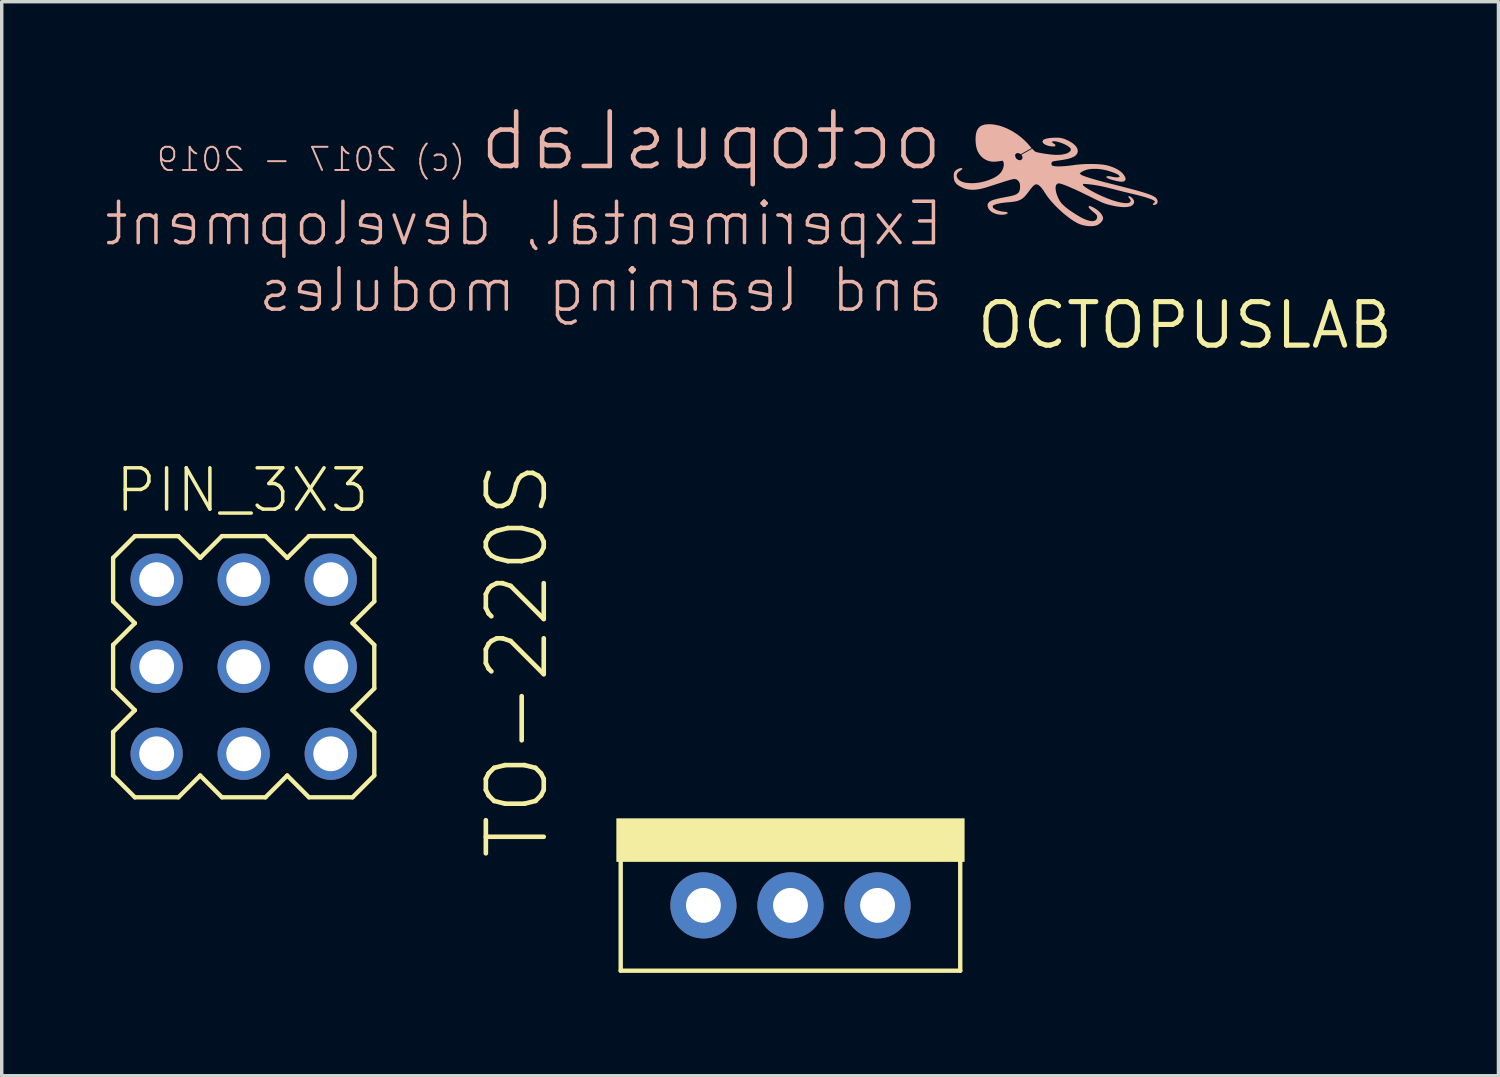
<source format=kicad_pcb>
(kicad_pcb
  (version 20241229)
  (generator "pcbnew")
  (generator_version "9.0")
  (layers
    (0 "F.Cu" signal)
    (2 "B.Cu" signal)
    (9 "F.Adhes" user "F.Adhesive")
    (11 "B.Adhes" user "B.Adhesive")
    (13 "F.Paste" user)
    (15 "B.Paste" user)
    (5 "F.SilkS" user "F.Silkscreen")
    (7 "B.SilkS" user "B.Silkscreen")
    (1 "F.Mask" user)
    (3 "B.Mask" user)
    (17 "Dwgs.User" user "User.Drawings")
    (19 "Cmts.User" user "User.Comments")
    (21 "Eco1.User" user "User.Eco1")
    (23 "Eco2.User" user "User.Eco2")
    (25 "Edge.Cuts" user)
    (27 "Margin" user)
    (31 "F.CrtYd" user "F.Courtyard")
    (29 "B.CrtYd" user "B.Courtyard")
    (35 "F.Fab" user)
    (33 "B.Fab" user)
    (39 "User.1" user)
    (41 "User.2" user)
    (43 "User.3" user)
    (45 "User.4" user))
  (footprint "PIN_3X3"
    (layer "F.Cu")
    (at 0.25 12.592)
    (property "Reference" "PIN_3X3" (at 0 -0.635 0) (layer "F.SilkS") (effects (font (size 1.206 1.206) (thickness 0.102)) (justify left bottom)))
    (attr through_hole)
    (fp_line (start 0 0.635) (end 0.635 0) (stroke (width 0.127) (type solid)) (layer "F.SilkS"))
    (fp_line (start 0 1.905) (end 0 0.635) (stroke (width 0.127) (type solid)) (layer "F.SilkS"))
    (fp_line (start 0 3.175) (end 0.635 2.54) (stroke (width 0.127) (type solid)) (layer "F.SilkS"))
    (fp_line (start 0 4.445) (end 0 3.175) (stroke (width 0.127) (type solid)) (layer "F.SilkS"))
    (fp_line (start 0 5.715) (end 0.635 5.08) (stroke (width 0.127) (type solid)) (layer "F.SilkS"))
    (fp_line (start 0 6.985) (end 0 5.715) (stroke (width 0.127) (type solid)) (layer "F.SilkS"))
    (fp_line (start 0.635 0) (end 1.905 0) (stroke (width 0.127) (type solid)) (layer "F.SilkS"))
    (fp_line (start 0.635 2.54) (end 0 1.905) (stroke (width 0.127) (type solid)) (layer "F.SilkS"))
    (fp_line (start 0.635 5.08) (end 0 4.445) (stroke (width 0.127) (type solid)) (layer "F.SilkS"))
    (fp_line (start 0.635 7.62) (end 0 6.985) (stroke (width 0.127) (type solid)) (layer "F.SilkS"))
    (fp_line (start 1.905 0) (end 2.54 0.635) (stroke (width 0.127) (type solid)) (layer "F.SilkS"))
    (fp_line (start 1.905 7.62) (end 0.635 7.62) (stroke (width 0.127) (type solid)) (layer "F.SilkS"))
    (fp_line (start 2.54 0.635) (end 3.175 0) (stroke (width 0.127) (type solid)) (layer "F.SilkS"))
    (fp_line (start 2.54 6.985) (end 1.905 7.62) (stroke (width 0.127) (type solid)) (layer "F.SilkS"))
    (fp_line (start 3.175 0) (end 4.445 0) (stroke (width 0.127) (type solid)) (layer "F.SilkS"))
    (fp_line (start 3.175 7.62) (end 2.54 6.985) (stroke (width 0.127) (type solid)) (layer "F.SilkS"))
    (fp_line (start 4.445 0) (end 5.08 0.635) (stroke (width 0.127) (type solid)) (layer "F.SilkS"))
    (fp_line (start 4.445 7.62) (end 3.175 7.62) (stroke (width 0.127) (type solid)) (layer "F.SilkS"))
    (fp_line (start 5.08 0.635) (end 5.715 0) (stroke (width 0.127) (type solid)) (layer "F.SilkS"))
    (fp_line (start 5.08 6.985) (end 4.445 7.62) (stroke (width 0.127) (type solid)) (layer "F.SilkS"))
    (fp_line (start 5.715 0) (end 6.985 0) (stroke (width 0.127) (type solid)) (layer "F.SilkS"))
    (fp_line (start 5.715 7.62) (end 5.08 6.985) (stroke (width 0.127) (type solid)) (layer "F.SilkS"))
    (fp_line (start 6.985 0) (end 7.62 0.635) (stroke (width 0.127) (type solid)) (layer "F.SilkS"))
    (fp_line (start 6.985 2.54) (end 7.62 3.175) (stroke (width 0.127) (type solid)) (layer "F.SilkS"))
    (fp_line (start 6.985 5.08) (end 7.62 5.715) (stroke (width 0.127) (type solid)) (layer "F.SilkS"))
    (fp_line (start 6.985 7.62) (end 5.715 7.62) (stroke (width 0.127) (type solid)) (layer "F.SilkS"))
    (fp_line (start 7.62 0.635) (end 7.62 1.905) (stroke (width 0.127) (type solid)) (layer "F.SilkS"))
    (fp_line (start 7.62 1.905) (end 6.985 2.54) (stroke (width 0.127) (type solid)) (layer "F.SilkS"))
    (fp_line (start 7.62 3.175) (end 7.62 4.445) (stroke (width 0.127) (type solid)) (layer "F.SilkS"))
    (fp_line (start 7.62 4.445) (end 6.985 5.08) (stroke (width 0.127) (type solid)) (layer "F.SilkS"))
    (fp_line (start 7.62 5.715) (end 7.62 6.985) (stroke (width 0.127) (type solid)) (layer "F.SilkS"))
    (fp_line (start 7.62 6.985) (end 6.985 7.62) (stroke (width 0.127) (type solid)) (layer "F.SilkS"))
    (fp_poly (pts (xy 1.016 1.524) (xy 1.524 1.524) (xy 1.524 1.016) (xy 1.016 1.016)) (stroke (width 0.1) (type solid)) (fill no) (layer "F.Fab"))
    (fp_poly (pts (xy 1.016 4.064) (xy 1.524 4.064) (xy 1.524 3.556) (xy 1.016 3.556)) (stroke (width 0.1) (type solid)) (fill no) (layer "F.Fab"))
    (fp_poly (pts (xy 1.016 6.604) (xy 1.524 6.604) (xy 1.524 6.096) (xy 1.016 6.096)) (stroke (width 0.1) (type solid)) (fill no) (layer "F.Fab"))
    (fp_poly (pts (xy 3.556 1.524) (xy 4.064 1.524) (xy 4.064 1.016) (xy 3.556 1.016)) (stroke (width 0.1) (type solid)) (fill no) (layer "F.Fab"))
    (fp_poly (pts (xy 3.556 4.064) (xy 4.064 4.064) (xy 4.064 3.556) (xy 3.556 3.556)) (stroke (width 0.1) (type solid)) (fill no) (layer "F.Fab"))
    (fp_poly (pts (xy 3.556 6.604) (xy 4.064 6.604) (xy 4.064 6.096) (xy 3.556 6.096)) (stroke (width 0.1) (type solid)) (fill no) (layer "F.Fab"))
    (fp_poly (pts (xy 6.096 1.524) (xy 6.604 1.524) (xy 6.604 1.016) (xy 6.096 1.016)) (stroke (width 0.1) (type solid)) (fill no) (layer "F.Fab"))
    (fp_poly (pts (xy 6.096 4.064) (xy 6.604 4.064) (xy 6.604 3.556) (xy 6.096 3.556)) (stroke (width 0.1) (type solid)) (fill no) (layer "F.Fab"))
    (fp_poly (pts (xy 6.096 6.604) (xy 6.604 6.604) (xy 6.604 6.096) (xy 6.096 6.096)) (stroke (width 0.1) (type solid)) (fill no) (layer "F.Fab"))
    (pad "1" thru_hole circle (at 1.27 1.27) (size 1.524 1.524) (drill 1.016) (layers "*.Cu" "*.Mask"))
    (pad "2" thru_hole circle (at 3.81 1.27) (size 1.524 1.524) (drill 1.016) (layers "*.Cu" "*.Mask"))
    (pad "3" thru_hole circle (at 6.35 1.27) (size 1.524 1.524) (drill 1.016) (layers "*.Cu" "*.Mask"))
    (pad "4" thru_hole circle (at 1.27 3.81) (size 1.524 1.524) (drill 1.016) (layers "*.Cu" "*.Mask"))
    (pad "5" thru_hole circle (at 3.81 3.81) (size 1.524 1.524) (drill 1.016) (layers "*.Cu" "*.Mask"))
    (pad "6" thru_hole circle (at 6.35 3.81) (size 1.524 1.524) (drill 1.016) (layers "*.Cu" "*.Mask"))
    (pad "7" thru_hole circle (at 1.27 6.35) (size 1.524 1.524) (drill 1.016) (layers "*.Cu" "*.Mask"))
    (pad "8" thru_hole circle (at 3.81 6.35) (size 1.524 1.524) (drill 1.016) (layers "*.Cu" "*.Mask"))
    (pad "9" thru_hole circle (at 6.35 6.35) (size 1.524 1.524) (drill 1.016) (layers "*.Cu" "*.Mask")))
  (footprint "OCTOPUSLAB"
    (layer "F.Cu")
    (at 31.523 6.44)
    (property "Reference" "OCTOPUSLAB" (at 0 0 0) (layer "F.SilkS") (effects (font (size 1.27 1.27) (thickness 0.15))))
    (attr through_hole)
    (fp_poly (pts (xy -2.586 -2.912) (xy -2.655 -2.897) (xy -2.725 -2.891) (xy -2.796 -2.892) (xy -2.866 -2.899) (xy -2.935 -2.91) (xy -3.004 -2.927) (xy -3.071 -2.949) (xy -3.135 -2.978) (xy -3.197 -3.012) (xy -3.257 -3.048) (xy -3.316 -3.087) (xy -3.429 -3.171) (xy -3.539 -3.26) (xy -3.592 -3.306) (xy -3.696 -3.402) (xy -3.796 -3.501) (xy -3.891 -3.605) (xy -3.981 -3.714) (xy -4.023 -3.77) (xy -4.063 -3.829) (xy -4.139 -3.947) (xy -4.182 -4.003) (xy -4.229 -4.056) (xy -4.285 -4.099) (xy -4.352 -4.115) (xy -4.412 -4.079) (xy -4.46 -4.028) (xy -4.505 -3.974) (xy -4.589 -3.861) (xy -4.633 -3.806) (xy -4.68 -3.753) (xy -4.732 -3.706) (xy -4.791 -3.667) (xy -4.855 -3.638) (xy -4.923 -3.618) (xy -4.992 -3.606) (xy -5.062 -3.597) (xy -5.273 -3.577) (xy -5.343 -3.568) (xy -5.412 -3.556) (xy -5.481 -3.541) (xy -5.548 -3.52) (xy -5.61 -3.487) (xy -5.6 -3.425) (xy -5.543 -3.384) (xy -5.479 -3.355) (xy -5.411 -3.335) (xy -5.342 -3.32) (xy -5.202 -3.305) (xy -5.163 -3.271) (xy -5.225 -3.239) (xy -5.294 -3.226) (xy -5.365 -3.225) (xy -5.435 -3.232) (xy -5.504 -3.247) (xy -5.57 -3.27) (xy -5.633 -3.302) (xy -5.688 -3.345) (xy -5.732 -3.4) (xy -5.758 -3.466) (xy -5.758 -3.535) (xy -5.72 -3.593) (xy -5.66 -3.631) (xy -5.595 -3.657) (xy -5.527 -3.677) (xy -5.39 -3.71) (xy -5.113 -3.763) (xy -5.044 -3.778) (xy -4.976 -3.798) (xy -4.912 -3.826) (xy -4.857 -3.87) (xy -4.824 -3.932) (xy -4.813 -4.001) (xy -4.812 -4.072) (xy -4.82 -4.142) (xy -4.854 -4.203) (xy -4.905 -4.251) (xy -4.971 -4.269) (xy -5.041 -4.258) (xy -5.109 -4.24) (xy -5.244 -4.2) (xy -5.781 -4.027) (xy -5.849 -4.007) (xy -5.917 -3.99) (xy -5.986 -3.975) (xy -6.056 -3.963) (xy -6.126 -3.955) (xy -6.196 -3.952) (xy -6.267 -3.955) (xy -6.337 -3.964) (xy -6.405 -3.981) (xy -6.471 -4.004) (xy -6.535 -4.035) (xy -6.596 -4.07) (xy -6.653 -4.111) (xy -6.7 -4.164) (xy -6.731 -4.227) (xy -6.745 -4.296) (xy -6.747 -4.366) (xy -6.742 -4.437) (xy -6.711 -4.498) (xy -6.656 -4.543) (xy -6.593 -4.574) (xy -6.525 -4.591) (xy -6.487 -4.561) (xy -6.543 -4.519) (xy -6.602 -4.48) (xy -6.647 -4.426) (xy -6.663 -4.358) (xy -6.641 -4.292) (xy -6.594 -4.24) (xy -6.535 -4.201) (xy -6.47 -4.175) (xy -6.401 -4.159) (xy -6.331 -4.151) (xy -6.261 -4.146) (xy -6.19 -4.145) (xy -6.12 -4.149) (xy -6.05 -4.157) (xy -5.98 -4.168) (xy -5.911 -4.182) (xy -5.843 -4.199) (xy -5.775 -4.22) (xy -5.709 -4.243) (xy -5.643 -4.269) (xy -5.579 -4.299) (xy -5.518 -4.333) (xy -5.459 -4.373) (xy -5.406 -4.419) (xy -5.361 -4.473) (xy -5.326 -4.534) (xy -5.3 -4.6) (xy -5.286 -4.669) (xy -5.288 -4.739) (xy -5.316 -4.802) (xy -5.453 -4.781) (xy -5.524 -4.774) (xy -5.594 -4.772) (xy -5.664 -4.779) (xy -5.733 -4.795) (xy -5.799 -4.82) (xy -5.86 -4.855) (xy -5.916 -4.898) (xy -5.965 -4.948) (xy -6.008 -5.004) (xy -6.043 -5.065) (xy -6.069 -5.13) (xy -6.088 -5.198) (xy -6.1 -5.268) (xy -6.107 -5.338) (xy -6.11 -5.408) (xy -6.109 -5.479) (xy -6.103 -5.549) (xy -6.09 -5.618) (xy -6.068 -5.685) (xy -6.033 -5.746) (xy -5.984 -5.796) (xy -5.923 -5.831) (xy -5.856 -5.853) (xy -5.786 -5.863) (xy -5.716 -5.866) (xy -5.645 -5.864) (xy -5.575 -5.856) (xy -5.505 -5.844) (xy -5.437 -5.829) (xy -5.369 -5.809) (xy -5.302 -5.786) (xy -5.237 -5.76) (xy -5.172 -5.732) (xy -5.109 -5.7) (xy -5.047 -5.667) (xy -4.987 -5.63) (xy -4.927 -5.592) (xy -4.87 -5.552) (xy -4.814 -5.509) (xy -4.759 -5.464) (xy -4.706 -5.418) (xy -4.655 -5.369) (xy -4.605 -5.319) (xy -4.474 -5.169) (xy -4.791 -4.992) (xy -4.841 -5.019) (xy -4.911 -5.023) (xy -4.958 -4.975) (xy -4.947 -4.907) (xy -4.921 -4.863) (xy -4.864 -4.823) (xy -4.794 -4.815) (xy -4.744 -4.857) (xy -4.743 -4.927) (xy -4.773 -4.975) (xy -4.457 -5.151) (xy -4.418 -5.109) (xy -4.364 -5.063) (xy -4.296 -5.043) (xy -4.227 -5.029) (xy -4.088 -5.005) (xy -3.949 -4.986) (xy -3.808 -4.973) (xy -3.738 -4.971) (xy -3.667 -4.973) (xy -3.597 -4.979) (xy -3.528 -4.991) (xy -3.46 -5.01) (xy -3.396 -5.039) (xy -3.342 -5.084) (xy -3.327 -5.147) (xy -3.376 -5.198) (xy -3.433 -5.239) (xy -3.495 -5.272) (xy -3.56 -5.301) (xy -3.626 -5.326) (xy -3.693 -5.347) (xy -3.762 -5.363) (xy -3.832 -5.37) (xy -3.894 -5.348) (xy -3.838 -5.306) (xy -3.779 -5.267) (xy -3.791 -5.221) (xy -3.861 -5.217) (xy -3.931 -5.224) (xy -4 -5.239) (xy -4.066 -5.264) (xy -4.126 -5.301) (xy -4.163 -5.359) (xy -4.128 -5.415) (xy -4.063 -5.441) (xy -3.994 -5.456) (xy -3.924 -5.465) (xy -3.854 -5.471) (xy -3.783 -5.473) (xy -3.713 -5.473) (xy -3.643 -5.468) (xy -3.573 -5.454) (xy -3.507 -5.432) (xy -3.442 -5.404) (xy -3.378 -5.373) (xy -3.317 -5.338) (xy -3.26 -5.297) (xy -3.208 -5.25) (xy -3.163 -5.195) (xy -3.133 -5.132) (xy -3.126 -5.063) (xy -3.15 -4.997) (xy -3.199 -4.946) (xy -3.259 -4.909) (xy -3.324 -4.882) (xy -3.391 -4.861) (xy -3.46 -4.845) (xy -3.598 -4.82) (xy -3.808 -4.79) (xy -3.876 -4.771) (xy -3.902 -4.709) (xy -3.869 -4.654) (xy -3.8 -4.64) (xy -3.73 -4.636) (xy -3.659 -4.636) (xy -3.589 -4.638) (xy -3.448 -4.649) (xy -3.378 -4.656) (xy -3.168 -4.684) (xy -3.098 -4.691) (xy -2.957 -4.701) (xy -2.887 -4.704) (xy -2.746 -4.706) (xy -2.605 -4.703) (xy -2.534 -4.7) (xy -2.464 -4.694) (xy -2.394 -4.687) (xy -2.324 -4.676) (xy -2.255 -4.661) (xy -2.188 -4.641) (xy -2.121 -4.618) (xy -2.056 -4.591) (xy -1.992 -4.56) (xy -1.932 -4.524) (xy -1.875 -4.483) (xy -1.823 -4.435) (xy -1.779 -4.38) (xy -1.743 -4.319) (xy -1.73 -4.251) (xy -1.773 -4.199) (xy -1.842 -4.187) (xy -1.912 -4.193) (xy -1.981 -4.206) (xy -2.05 -4.222) (xy -2.118 -4.24) (xy -2.185 -4.26) (xy -2.251 -4.286) (xy -2.305 -4.33) (xy -2.248 -4.353) (xy -2.178 -4.345) (xy -2.109 -4.33) (xy -2.04 -4.318) (xy -1.969 -4.314) (xy -1.903 -4.331) (xy -1.934 -4.383) (xy -1.996 -4.417) (xy -2.061 -4.445) (xy -2.127 -4.47) (xy -2.194 -4.492) (xy -2.261 -4.512) (xy -2.33 -4.529) (xy -2.399 -4.543) (xy -2.469 -4.553) (xy -2.539 -4.561) (xy -2.609 -4.564) (xy -2.68 -4.564) (xy -2.75 -4.559) (xy -2.82 -4.549) (xy -2.888 -4.532) (xy -2.954 -4.507) (xy -3.016 -4.474) (xy -3.072 -4.431) (xy -3.023 -4.386) (xy -2.958 -4.358) (xy -2.892 -4.334) (xy -2.758 -4.29) (xy -2.554 -4.231) (xy -2.35 -4.176) (xy -1.735 -4.02) (xy -1.462 -3.948) (xy -1.259 -3.89) (xy -1.124 -3.848) (xy -1.058 -3.825) (xy -0.992 -3.8) (xy -0.928 -3.77) (xy -0.867 -3.734) (xy -0.819 -3.683) (xy -0.796 -3.617) (xy -0.813 -3.55) (xy -0.872 -3.513) (xy -0.941 -3.51) (xy -0.922 -3.557) (xy -0.869 -3.601) (xy -0.916 -3.647) (xy -0.981 -3.676) (xy -1.047 -3.7) (xy -1.181 -3.743) (xy -1.386 -3.798) (xy -1.797 -3.897) (xy -2.275 -4.019) (xy -2.413 -4.051) (xy -2.551 -4.078) (xy -2.69 -4.1) (xy -2.83 -4.116) (xy -2.971 -4.126) (xy -2.979 -4.089) (xy -2.925 -4.043) (xy -2.868 -4.003) (xy -2.808 -3.966) (xy -2.747 -3.93) (xy -2.623 -3.864) (xy -2.56 -3.832) (xy -2.432 -3.772) (xy -2.302 -3.717) (xy -2.237 -3.691) (xy -2.104 -3.643) (xy -1.969 -3.603) (xy -1.9 -3.587) (xy -1.831 -3.574) (xy -1.761 -3.565) (xy -1.69 -3.563) (xy -1.621 -3.575) (xy -1.578 -3.625) (xy -1.607 -3.686) (xy -1.652 -3.739) (xy -1.637 -3.777) (xy -1.576 -3.741) (xy -1.523 -3.696) (xy -1.486 -3.636) (xy -1.486 -3.567) (xy -1.525 -3.51) (xy -1.585 -3.473) (xy -1.653 -3.455) (xy -1.723 -3.448) (xy -1.794 -3.447) (xy -1.864 -3.451) (xy -1.934 -3.459) (xy -2.004 -3.469) (xy -2.073 -3.482) (xy -2.211 -3.514) (xy -2.279 -3.532) (xy -2.346 -3.554) (xy -2.412 -3.58) (xy -2.54 -3.639) (xy -2.983 -3.857) (xy -3.174 -3.947) (xy -3.367 -4.033) (xy -3.498 -4.086) (xy -3.564 -4.11) (xy -3.631 -4.132) (xy -3.701 -4.141) (xy -3.756 -4.101) (xy -3.775 -4.034) (xy -3.774 -3.963) (xy -3.762 -3.894) (xy -3.743 -3.826) (xy -3.718 -3.76) (xy -3.689 -3.695) (xy -3.656 -3.633) (xy -3.615 -3.576) (xy -3.568 -3.523) (xy -3.517 -3.475) (xy -3.463 -3.429) (xy -3.407 -3.386) (xy -3.35 -3.345) (xy -3.292 -3.306) (xy -3.173 -3.229) (xy -3.052 -3.157) (xy -2.99 -3.124) (xy -2.926 -3.095) (xy -2.86 -3.069) (xy -2.792 -3.049) (xy -2.723 -3.038) (xy -2.653 -3.042) (xy -2.592 -3.076) (xy -2.562 -3.139) (xy -2.57 -3.206) (xy -2.617 -3.259) (xy -2.726 -3.349) (xy -2.777 -3.397) (xy -2.819 -3.453) (xy -2.784 -3.484) (xy -2.718 -3.459) (xy -2.655 -3.427) (xy -2.595 -3.39) (xy -2.538 -3.348) (xy -2.487 -3.3) (xy -2.441 -3.247) (xy -2.405 -3.186) (xy -2.387 -3.119) (xy -2.409 -3.053) (xy -2.453 -2.998) (xy -2.507 -2.953) (xy -2.568 -2.918)) (stroke (width 0) (type solid)) (fill yes) (layer "B.SilkS"))
    (fp_text user "(c) 2017 - 2019" (at -20.955 -4.445 0) (layer "B.SilkS") (effects (font (size 0.676 0.676) (thickness 0.057)) (justify left bottom mirror)))
    (fp_text user "Experimental, development\nand learning modules" (at -6.985 -0.318 0) (layer "B.SilkS") (effects (font (size 1.206 1.206) (thickness 0.102)) (justify left bottom mirror)))
    (fp_text user "octopusLab" (at -6.985 -4.445 0) (layer "B.SilkS") (effects (font (size 1.593 1.593) (thickness 0.134)) (justify left bottom mirror))))
  (footprint "TO-220S"
    (layer "F.Cu")
    (at 17.473 23.366)
    (property "Reference" "TO-220S" (at -4.445 -1.27 90) (layer "F.SilkS") (effects (font (size 1.689 1.689) (thickness 0.135)) (justify left bottom)))
    (attr through_hole)
    (fp_line (start -2.413 -1.27) (end -2.413 1.905) (stroke (width 0.127) (type solid)) (layer "F.SilkS"))
    (fp_line (start -2.413 1.905) (end 7.493 1.905) (stroke (width 0.127) (type solid)) (layer "F.SilkS"))
    (fp_line (start 7.493 1.905) (end 7.493 -1.27) (stroke (width 0.127) (type solid)) (layer "F.SilkS"))
    (fp_poly (pts (xy -2.54 -1.27) (xy 7.62 -1.27) (xy 7.62 -2.54) (xy -2.54 -2.54)) (stroke (width 0) (type solid)) (fill yes) (layer "F.SilkS"))
    (pad "1" thru_hole circle (at 0 0) (size 1.93 1.93) (drill 1.016) (layers "*.Cu" "*.Mask"))
    (pad "2" thru_hole circle (at 2.54 0) (size 1.93 1.93) (drill 1.016) (layers "*.Cu" "*.Mask"))
    (pad "3" thru_hole circle (at 5.08 0) (size 1.93 1.93) (drill 1.016) (layers "*.Cu" "*.Mask")))
  (gr_rect
    (start -3 -3)
    (end 40.669 28.335)
    (stroke (width 0.1) (type default))
    (fill no)
    (layer "Edge.Cuts")))
</source>
